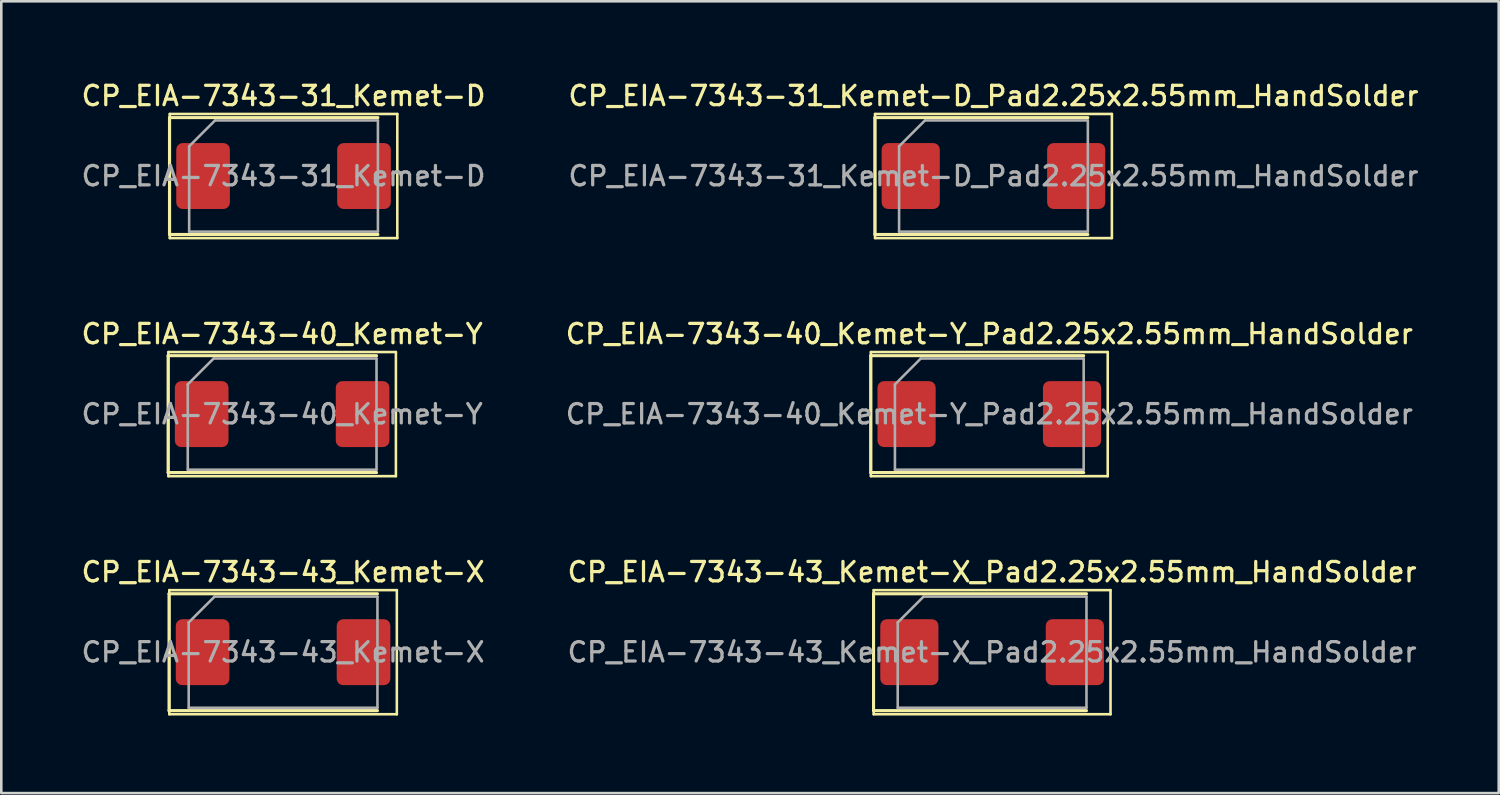
<source format=kicad_pcb>
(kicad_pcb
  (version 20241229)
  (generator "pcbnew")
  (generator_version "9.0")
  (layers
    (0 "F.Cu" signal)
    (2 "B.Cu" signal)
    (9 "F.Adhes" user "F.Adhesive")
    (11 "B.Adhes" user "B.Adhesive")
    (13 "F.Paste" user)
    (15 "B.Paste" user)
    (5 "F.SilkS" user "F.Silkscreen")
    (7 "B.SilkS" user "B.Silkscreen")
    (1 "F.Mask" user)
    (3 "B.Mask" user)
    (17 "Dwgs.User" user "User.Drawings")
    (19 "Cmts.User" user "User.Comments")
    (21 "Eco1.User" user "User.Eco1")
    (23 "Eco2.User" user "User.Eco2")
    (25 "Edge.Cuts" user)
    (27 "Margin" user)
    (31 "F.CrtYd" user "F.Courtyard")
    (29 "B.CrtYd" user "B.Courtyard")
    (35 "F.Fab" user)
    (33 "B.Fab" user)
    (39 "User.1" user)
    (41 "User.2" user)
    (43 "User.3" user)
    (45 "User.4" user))
  (footprint "CP_EIA-7343-31_Kemet-D"
    (layer "F.Cu")
    (at 7.916 3.758)
    (property "Reference" "CP_EIA-7343-31_Kemet-D" (at 0 -3.1 0) (layer "F.SilkS") (effects (font (size 0.75 0.75) (thickness 0.125))))
    (attr smd)
    (fp_line (start -4.41 -2.26) (end -4.41 2.26) (stroke (width 0.12) (type solid)) (layer "F.SilkS"))
    (fp_line (start -4.41 2.26) (end 3.65 2.26) (stroke (width 0.12) (type solid)) (layer "F.SilkS"))
    (fp_line (start -4.4 -2.4) (end 4.4 -2.4) (stroke (width 0.1) (type solid)) (layer "F.SilkS"))
    (fp_line (start -4.4 2.4) (end -4.4 -2.4) (stroke (width 0.1) (type solid)) (layer "F.SilkS"))
    (fp_line (start 3.65 -2.26) (end -4.41 -2.26) (stroke (width 0.12) (type solid)) (layer "F.SilkS"))
    (fp_line (start 4.4 -2.4) (end 4.4 2.4) (stroke (width 0.1) (type solid)) (layer "F.SilkS"))
    (fp_line (start 4.4 2.4) (end -4.4 2.4) (stroke (width 0.1) (type solid)) (layer "F.SilkS"))
    (fp_line (start -3.65 -1.15) (end -3.65 2.15) (stroke (width 0.1) (type solid)) (layer "F.Fab"))
    (fp_line (start -3.65 2.15) (end 3.65 2.15) (stroke (width 0.1) (type solid)) (layer "F.Fab"))
    (fp_line (start -2.65 -2.15) (end -3.65 -1.15) (stroke (width 0.1) (type solid)) (layer "F.Fab"))
    (fp_line (start 3.65 -2.15) (end -2.65 -2.15) (stroke (width 0.1) (type solid)) (layer "F.Fab"))
    (fp_line (start 3.65 2.15) (end 3.65 -2.15) (stroke (width 0.1) (type solid)) (layer "F.Fab"))
    (fp_text user "${REFERENCE}" (at 0 0 0) (layer "F.Fab") (effects (font (size 0.75 0.75) (thickness 0.125))))
    (pad "1" smd roundrect (at -3.112 0) (size 2.075 2.55) (layers "F.Cu" "F.Mask" "F.Paste") (roundrect_rratio 0.12))
    (pad "2" smd roundrect (at 3.112 0) (size 2.075 2.55) (layers "F.Cu" "F.Mask" "F.Paste") (roundrect_rratio 0.12)))
  (footprint "CP_EIA-7343-31_Kemet-D_Pad2.25x2.55mm_HandSolder"
    (layer "F.Cu")
    (at 35.373 3.758)
    (property "Reference" "CP_EIA-7343-31_Kemet-D_Pad2.25x2.55mm_HandSolder" (at 0 -3.1 0) (layer "F.SilkS") (effects (font (size 0.75 0.75) (thickness 0.125))))
    (attr smd)
    (fp_line (start -4.585 -2.26) (end -4.585 2.26) (stroke (width 0.12) (type solid)) (layer "F.SilkS"))
    (fp_line (start -4.585 2.26) (end 3.65 2.26) (stroke (width 0.12) (type solid)) (layer "F.SilkS"))
    (fp_line (start -4.58 -2.4) (end 4.58 -2.4) (stroke (width 0.1) (type solid)) (layer "F.SilkS"))
    (fp_line (start -4.58 2.4) (end -4.58 -2.4) (stroke (width 0.1) (type solid)) (layer "F.SilkS"))
    (fp_line (start 3.65 -2.26) (end -4.585 -2.26) (stroke (width 0.12) (type solid)) (layer "F.SilkS"))
    (fp_line (start 4.58 -2.4) (end 4.58 2.4) (stroke (width 0.1) (type solid)) (layer "F.SilkS"))
    (fp_line (start 4.58 2.4) (end -4.58 2.4) (stroke (width 0.1) (type solid)) (layer "F.SilkS"))
    (fp_line (start -3.65 -1.15) (end -3.65 2.15) (stroke (width 0.1) (type solid)) (layer "F.Fab"))
    (fp_line (start -3.65 2.15) (end 3.65 2.15) (stroke (width 0.1) (type solid)) (layer "F.Fab"))
    (fp_line (start -2.65 -2.15) (end -3.65 -1.15) (stroke (width 0.1) (type solid)) (layer "F.Fab"))
    (fp_line (start 3.65 -2.15) (end -2.65 -2.15) (stroke (width 0.1) (type solid)) (layer "F.Fab"))
    (fp_line (start 3.65 2.15) (end 3.65 -2.15) (stroke (width 0.1) (type solid)) (layer "F.Fab"))
    (fp_text user "${REFERENCE}" (at 0 0 0) (layer "F.Fab") (effects (font (size 0.75 0.75) (thickness 0.125))))
    (pad "1" smd roundrect (at -3.2 0) (size 2.25 2.55) (layers "F.Cu" "F.Mask" "F.Paste") (roundrect_rratio 0.111))
    (pad "2" smd roundrect (at 3.2 0) (size 2.25 2.55) (layers "F.Cu" "F.Mask" "F.Paste") (roundrect_rratio 0.111)))
  (footprint "CP_EIA-7343-40_Kemet-Y"
    (layer "F.Cu")
    (at 7.862 12.966)
    (property "Reference" "CP_EIA-7343-40_Kemet-Y" (at 0 -3.1 0) (layer "F.SilkS") (effects (font (size 0.75 0.75) (thickness 0.125))))
    (attr smd)
    (fp_line (start -4.41 -2.26) (end -4.41 2.26) (stroke (width 0.12) (type solid)) (layer "F.SilkS"))
    (fp_line (start -4.41 2.26) (end 3.65 2.26) (stroke (width 0.12) (type solid)) (layer "F.SilkS"))
    (fp_line (start -4.4 -2.4) (end 4.4 -2.4) (stroke (width 0.1) (type solid)) (layer "F.SilkS"))
    (fp_line (start -4.4 2.4) (end -4.4 -2.4) (stroke (width 0.1) (type solid)) (layer "F.SilkS"))
    (fp_line (start 3.65 -2.26) (end -4.41 -2.26) (stroke (width 0.12) (type solid)) (layer "F.SilkS"))
    (fp_line (start 4.4 -2.4) (end 4.4 2.4) (stroke (width 0.1) (type solid)) (layer "F.SilkS"))
    (fp_line (start 4.4 2.4) (end -4.4 2.4) (stroke (width 0.1) (type solid)) (layer "F.SilkS"))
    (fp_line (start -3.65 -1.15) (end -3.65 2.15) (stroke (width 0.1) (type solid)) (layer "F.Fab"))
    (fp_line (start -3.65 2.15) (end 3.65 2.15) (stroke (width 0.1) (type solid)) (layer "F.Fab"))
    (fp_line (start -2.65 -2.15) (end -3.65 -1.15) (stroke (width 0.1) (type solid)) (layer "F.Fab"))
    (fp_line (start 3.65 -2.15) (end -2.65 -2.15) (stroke (width 0.1) (type solid)) (layer "F.Fab"))
    (fp_line (start 3.65 2.15) (end 3.65 -2.15) (stroke (width 0.1) (type solid)) (layer "F.Fab"))
    (fp_text user "${REFERENCE}" (at 0 0 0) (layer "F.Fab") (effects (font (size 0.75 0.75) (thickness 0.125))))
    (pad "1" smd roundrect (at -3.112 0) (size 2.075 2.55) (layers "F.Cu" "F.Mask" "F.Paste") (roundrect_rratio 0.12))
    (pad "2" smd roundrect (at 3.112 0) (size 2.075 2.55) (layers "F.Cu" "F.Mask" "F.Paste") (roundrect_rratio 0.12)))
  (footprint "CP_EIA-7343-43_Kemet-X_Pad2.25x2.55mm_HandSolder"
    (layer "F.Cu")
    (at 35.32 22.174)
    (property "Reference" "CP_EIA-7343-43_Kemet-X_Pad2.25x2.55mm_HandSolder" (at 0 -3.1 0) (layer "F.SilkS") (effects (font (size 0.75 0.75) (thickness 0.125))))
    (attr smd)
    (fp_line (start -4.585 -2.26) (end -4.585 2.26) (stroke (width 0.12) (type solid)) (layer "F.SilkS"))
    (fp_line (start -4.585 2.26) (end 3.65 2.26) (stroke (width 0.12) (type solid)) (layer "F.SilkS"))
    (fp_line (start -4.58 -2.4) (end 4.58 -2.4) (stroke (width 0.1) (type solid)) (layer "F.SilkS"))
    (fp_line (start -4.58 2.4) (end -4.58 -2.4) (stroke (width 0.1) (type solid)) (layer "F.SilkS"))
    (fp_line (start 3.65 -2.26) (end -4.585 -2.26) (stroke (width 0.12) (type solid)) (layer "F.SilkS"))
    (fp_line (start 4.58 -2.4) (end 4.58 2.4) (stroke (width 0.1) (type solid)) (layer "F.SilkS"))
    (fp_line (start 4.58 2.4) (end -4.58 2.4) (stroke (width 0.1) (type solid)) (layer "F.SilkS"))
    (fp_line (start -3.65 -1.15) (end -3.65 2.15) (stroke (width 0.1) (type solid)) (layer "F.Fab"))
    (fp_line (start -3.65 2.15) (end 3.65 2.15) (stroke (width 0.1) (type solid)) (layer "F.Fab"))
    (fp_line (start -2.65 -2.15) (end -3.65 -1.15) (stroke (width 0.1) (type solid)) (layer "F.Fab"))
    (fp_line (start 3.65 -2.15) (end -2.65 -2.15) (stroke (width 0.1) (type solid)) (layer "F.Fab"))
    (fp_line (start 3.65 2.15) (end 3.65 -2.15) (stroke (width 0.1) (type solid)) (layer "F.Fab"))
    (fp_text user "${REFERENCE}" (at 0 0 0) (layer "F.Fab") (effects (font (size 0.75 0.75) (thickness 0.125))))
    (pad "1" smd roundrect (at -3.2 0) (size 2.25 2.55) (layers "F.Cu" "F.Mask" "F.Paste") (roundrect_rratio 0.111))
    (pad "2" smd roundrect (at 3.2 0) (size 2.25 2.55) (layers "F.Cu" "F.Mask" "F.Paste") (roundrect_rratio 0.111)))
  (footprint "CP_EIA-7343-40_Kemet-Y_Pad2.25x2.55mm_HandSolder"
    (layer "F.Cu")
    (at 35.212 12.966)
    (property "Reference" "CP_EIA-7343-40_Kemet-Y_Pad2.25x2.55mm_HandSolder" (at 0 -3.1 0) (layer "F.SilkS") (effects (font (size 0.75 0.75) (thickness 0.125))))
    (attr smd)
    (fp_line (start -4.585 -2.26) (end -4.585 2.26) (stroke (width 0.12) (type solid)) (layer "F.SilkS"))
    (fp_line (start -4.585 2.26) (end 3.65 2.26) (stroke (width 0.12) (type solid)) (layer "F.SilkS"))
    (fp_line (start -4.58 -2.4) (end 4.58 -2.4) (stroke (width 0.1) (type solid)) (layer "F.SilkS"))
    (fp_line (start -4.58 2.4) (end -4.58 -2.4) (stroke (width 0.1) (type solid)) (layer "F.SilkS"))
    (fp_line (start 3.65 -2.26) (end -4.585 -2.26) (stroke (width 0.12) (type solid)) (layer "F.SilkS"))
    (fp_line (start 4.58 -2.4) (end 4.58 2.4) (stroke (width 0.1) (type solid)) (layer "F.SilkS"))
    (fp_line (start 4.58 2.4) (end -4.58 2.4) (stroke (width 0.1) (type solid)) (layer "F.SilkS"))
    (fp_line (start -3.65 -1.15) (end -3.65 2.15) (stroke (width 0.1) (type solid)) (layer "F.Fab"))
    (fp_line (start -3.65 2.15) (end 3.65 2.15) (stroke (width 0.1) (type solid)) (layer "F.Fab"))
    (fp_line (start -2.65 -2.15) (end -3.65 -1.15) (stroke (width 0.1) (type solid)) (layer "F.Fab"))
    (fp_line (start 3.65 -2.15) (end -2.65 -2.15) (stroke (width 0.1) (type solid)) (layer "F.Fab"))
    (fp_line (start 3.65 2.15) (end 3.65 -2.15) (stroke (width 0.1) (type solid)) (layer "F.Fab"))
    (fp_text user "${REFERENCE}" (at 0 0 0) (layer "F.Fab") (effects (font (size 0.75 0.75) (thickness 0.125))))
    (pad "1" smd roundrect (at -3.2 0) (size 2.25 2.55) (layers "F.Cu" "F.Mask" "F.Paste") (roundrect_rratio 0.111))
    (pad "2" smd roundrect (at 3.2 0) (size 2.25 2.55) (layers "F.Cu" "F.Mask" "F.Paste") (roundrect_rratio 0.111)))
  (footprint "CP_EIA-7343-43_Kemet-X"
    (layer "F.Cu")
    (at 7.898 22.174)
    (property "Reference" "CP_EIA-7343-43_Kemet-X" (at 0 -3.1 0) (layer "F.SilkS") (effects (font (size 0.75 0.75) (thickness 0.125))))
    (attr smd)
    (fp_line (start -4.41 -2.26) (end -4.41 2.26) (stroke (width 0.12) (type solid)) (layer "F.SilkS"))
    (fp_line (start -4.41 2.26) (end 3.65 2.26) (stroke (width 0.12) (type solid)) (layer "F.SilkS"))
    (fp_line (start -4.4 -2.4) (end 4.4 -2.4) (stroke (width 0.1) (type solid)) (layer "F.SilkS"))
    (fp_line (start -4.4 2.4) (end -4.4 -2.4) (stroke (width 0.1) (type solid)) (layer "F.SilkS"))
    (fp_line (start 3.65 -2.26) (end -4.41 -2.26) (stroke (width 0.12) (type solid)) (layer "F.SilkS"))
    (fp_line (start 4.4 -2.4) (end 4.4 2.4) (stroke (width 0.1) (type solid)) (layer "F.SilkS"))
    (fp_line (start 4.4 2.4) (end -4.4 2.4) (stroke (width 0.1) (type solid)) (layer "F.SilkS"))
    (fp_line (start -3.65 -1.15) (end -3.65 2.15) (stroke (width 0.1) (type solid)) (layer "F.Fab"))
    (fp_line (start -3.65 2.15) (end 3.65 2.15) (stroke (width 0.1) (type solid)) (layer "F.Fab"))
    (fp_line (start -2.65 -2.15) (end -3.65 -1.15) (stroke (width 0.1) (type solid)) (layer "F.Fab"))
    (fp_line (start 3.65 -2.15) (end -2.65 -2.15) (stroke (width 0.1) (type solid)) (layer "F.Fab"))
    (fp_line (start 3.65 2.15) (end 3.65 -2.15) (stroke (width 0.1) (type solid)) (layer "F.Fab"))
    (fp_text user "${REFERENCE}" (at 0 0 0) (layer "F.Fab") (effects (font (size 0.75 0.75) (thickness 0.125))))
    (pad "1" smd roundrect (at -3.112 0) (size 2.075 2.55) (layers "F.Cu" "F.Mask" "F.Paste") (roundrect_rratio 0.12))
    (pad "2" smd roundrect (at 3.112 0) (size 2.075 2.55) (layers "F.Cu" "F.Mask" "F.Paste") (roundrect_rratio 0.12)))
  (gr_rect
    (start -3 -3)
    (end 54.914 27.624)
    (stroke (width 0.1) (type default))
    (fill no)
    (layer "Edge.Cuts")))
</source>
